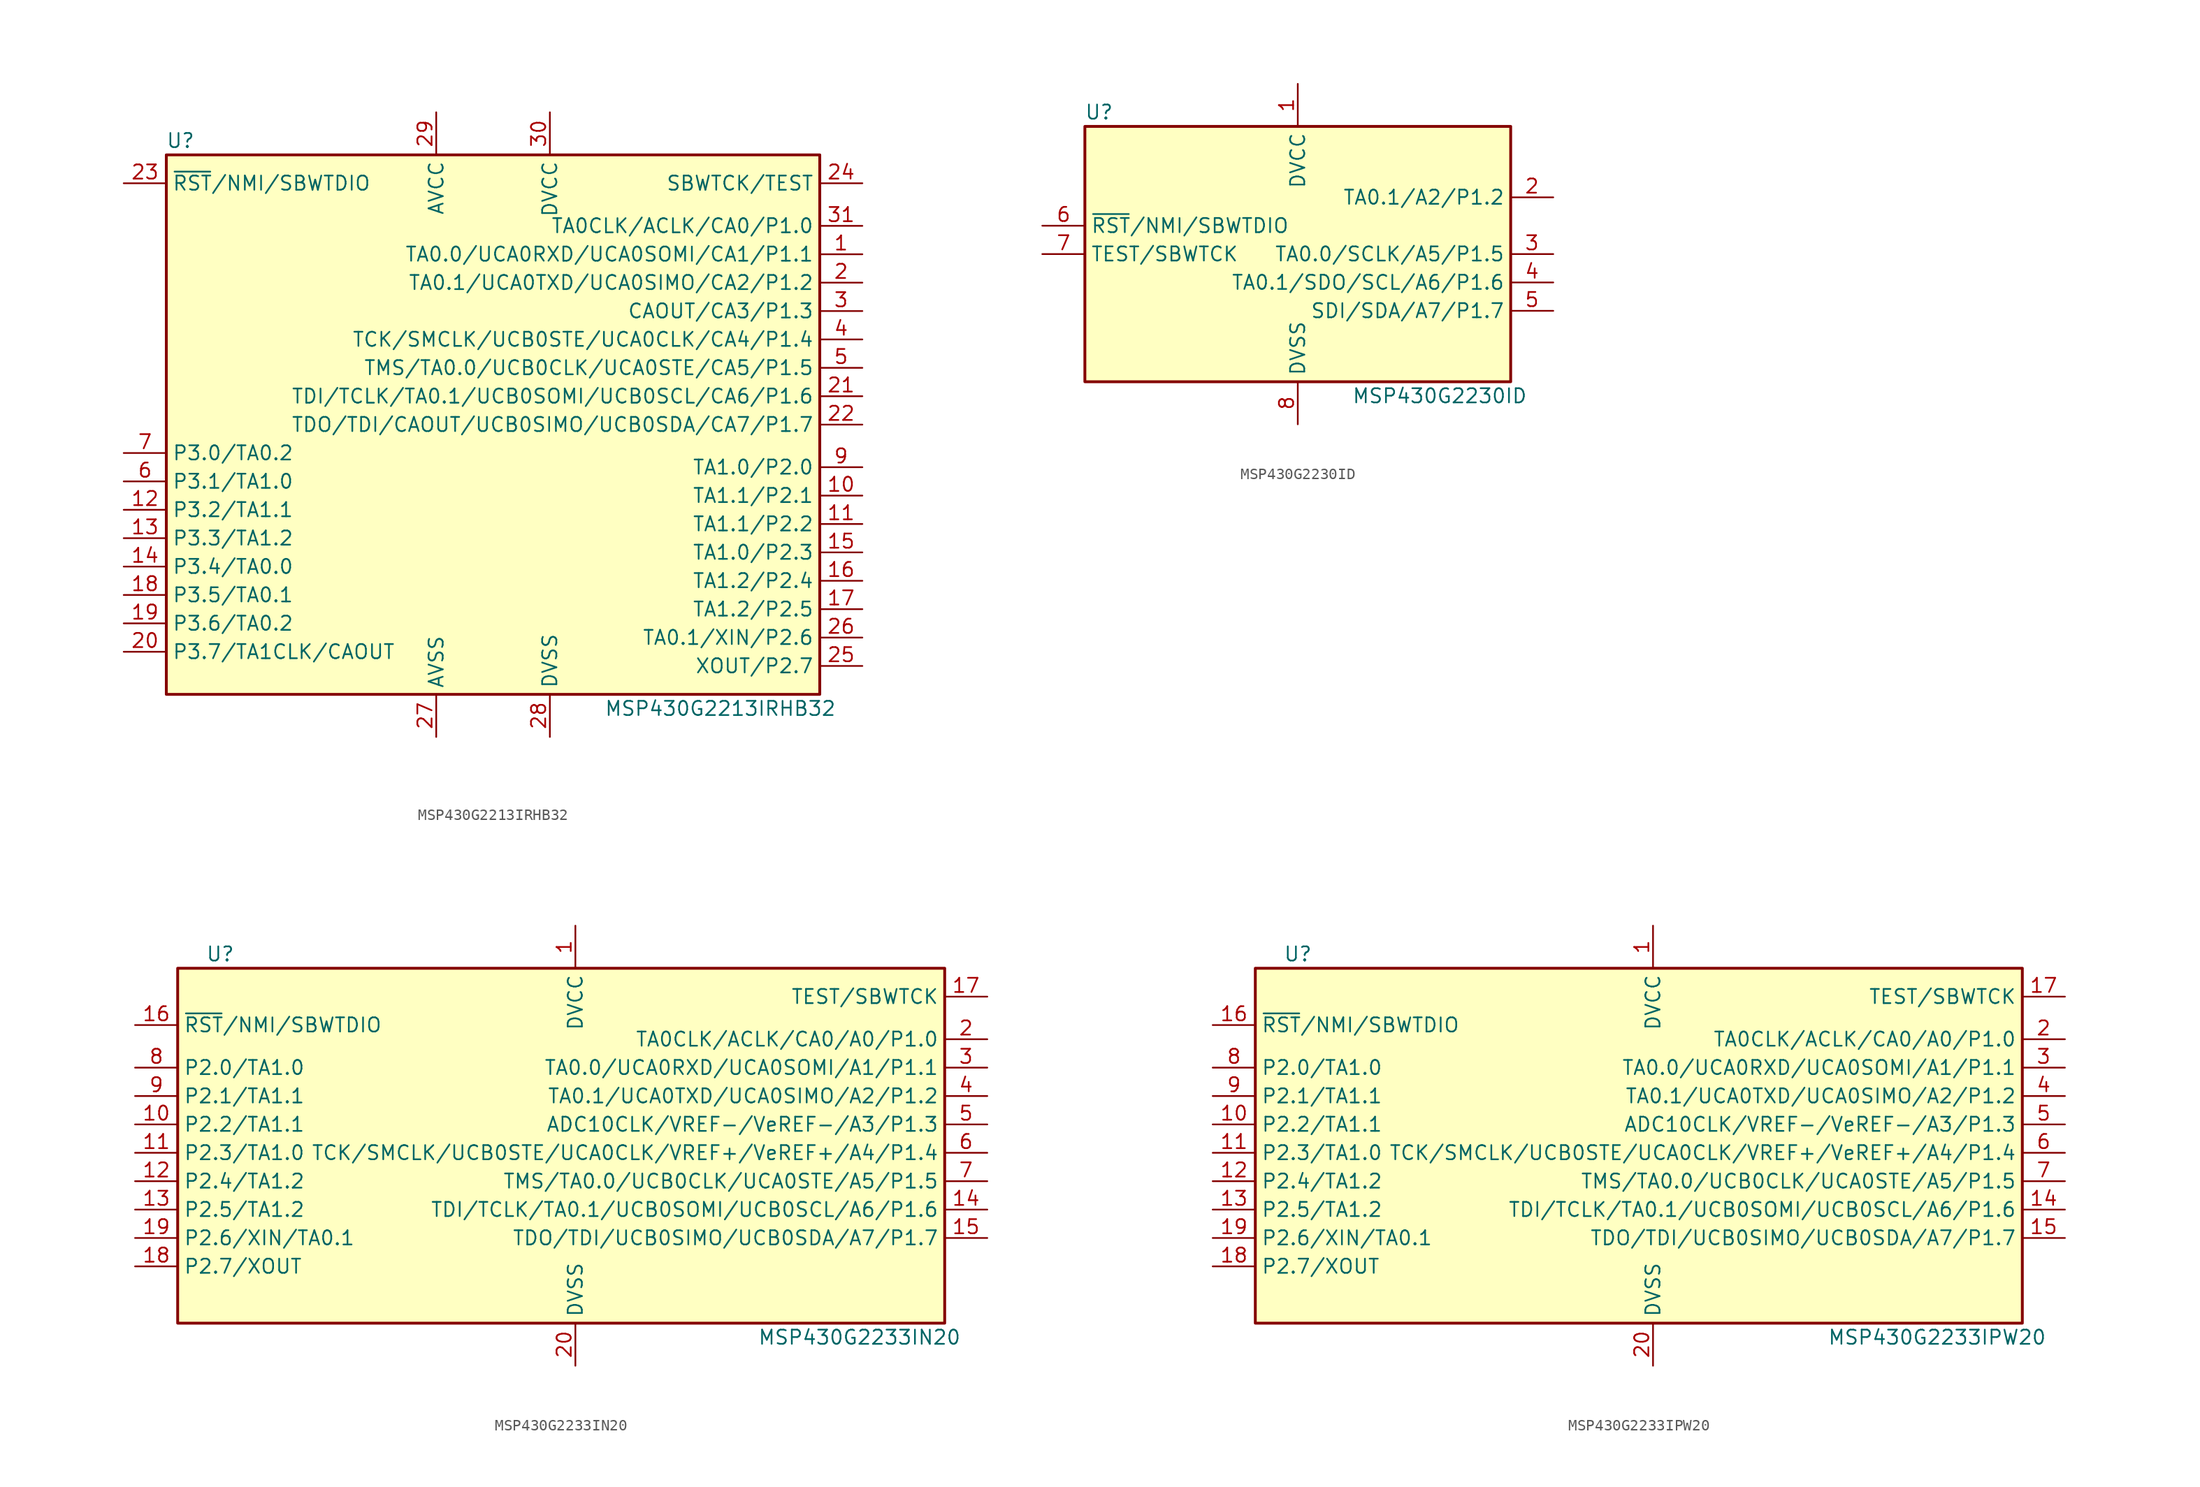
<source format=kicad_sym>
(kicad_symbol_lib
  (version 20201005)
  (generator kicad_symbol_editor)
  (symbol "MCU_Texas_MSP430:MSP430G2213IRHB32"
    (property "Reference" "U"
      (at -27.94 25.4 0)
      (effects (font (size 1.27 1.27))))
    (property "Value" "MSP430G2213IRHB32"
      (at 20.32 -25.4 0)
      (effects (font (size 1.27 1.27))))
    (symbol "MSP430G2213IRHB32_0_1"
      (rectangle (start -29.21 24.13) (end 29.21 -24.13) (stroke (width 0.254)) (fill (type background))))
    (symbol "MSP430G2213IRHB32_1_1"
      (pin bidirectional line (at 33.02 15.24 180) (length 3.81) (name "TA0.0/UCA0RXD/UCA0SOMI/CA1/P1.1" (effects (font (size 1.27 1.27)))) (number "1" (effects (font (size 1.27 1.27)))))
      (pin bidirectional line (at 33.02 -6.35 180) (length 3.81) (name "TA1.1/P2.1" (effects (font (size 1.27 1.27)))) (number "10" (effects (font (size 1.27 1.27)))))
      (pin bidirectional line (at 33.02 -8.89 180) (length 3.81) (name "TA1.1/P2.2" (effects (font (size 1.27 1.27)))) (number "11" (effects (font (size 1.27 1.27)))))
      (pin bidirectional line (at -33.02 -7.62 0) (length 3.81) (name "P3.2/TA1.1" (effects (font (size 1.27 1.27)))) (number "12" (effects (font (size 1.27 1.27)))))
      (pin bidirectional line (at -33.02 -10.16 0) (length 3.81) (name "P3.3/TA1.2" (effects (font (size 1.27 1.27)))) (number "13" (effects (font (size 1.27 1.27)))))
      (pin bidirectional line (at -33.02 -12.7 0) (length 3.81) (name "P3.4/TA0.0" (effects (font (size 1.27 1.27)))) (number "14" (effects (font (size 1.27 1.27)))))
      (pin bidirectional line (at 33.02 -11.43 180) (length 3.81) (name "TA1.0/P2.3" (effects (font (size 1.27 1.27)))) (number "15" (effects (font (size 1.27 1.27)))))
      (pin bidirectional line (at 33.02 -13.97 180) (length 3.81) (name "TA1.2/P2.4" (effects (font (size 1.27 1.27)))) (number "16" (effects (font (size 1.27 1.27)))))
      (pin bidirectional line (at 33.02 -16.51 180) (length 3.81) (name "TA1.2/P2.5" (effects (font (size 1.27 1.27)))) (number "17" (effects (font (size 1.27 1.27)))))
      (pin bidirectional line (at -33.02 -15.24 0) (length 3.81) (name "P3.5/TA0.1" (effects (font (size 1.27 1.27)))) (number "18" (effects (font (size 1.27 1.27)))))
      (pin bidirectional line (at -33.02 -17.78 0) (length 3.81) (name "P3.6/TA0.2" (effects (font (size 1.27 1.27)))) (number "19" (effects (font (size 1.27 1.27)))))
      (pin bidirectional line (at 33.02 12.7 180) (length 3.81) (name "TA0.1/UCA0TXD/UCA0SIMO/CA2/P1.2" (effects (font (size 1.27 1.27)))) (number "2" (effects (font (size 1.27 1.27)))))
      (pin bidirectional line (at -33.02 -20.32 0) (length 3.81) (name "P3.7/TA1CLK/CAOUT" (effects (font (size 1.27 1.27)))) (number "20" (effects (font (size 1.27 1.27)))))
      (pin bidirectional line (at 33.02 2.54 180) (length 3.81) (name "TDI/TCLK/TA0.1/UCB0SOMI/UCB0SCL/CA6/P1.6" (effects (font (size 1.27 1.27)))) (number "21" (effects (font (size 1.27 1.27)))))
      (pin bidirectional line (at 33.02 0 180) (length 3.81) (name "TDO/TDI/CAOUT/UCB0SIMO/UCB0SDA/CA7/P1.7" (effects (font (size 1.27 1.27)))) (number "22" (effects (font (size 1.27 1.27)))))
      (pin input line (at -33.02 21.59 0) (length 3.81) (name "~RST~/NMI/SBWTDIO" (effects (font (size 1.27 1.27)))) (number "23" (effects (font (size 1.27 1.27)))))
      (pin input line (at 33.02 21.59 180) (length 3.81) (name "SBWTCK/TEST" (effects (font (size 1.27 1.27)))) (number "24" (effects (font (size 1.27 1.27)))))
      (pin bidirectional line (at 33.02 -21.59 180) (length 3.81) (name "XOUT/P2.7" (effects (font (size 1.27 1.27)))) (number "25" (effects (font (size 1.27 1.27)))))
      (pin bidirectional line (at 33.02 -19.05 180) (length 3.81) (name "TA0.1/XIN/P2.6" (effects (font (size 1.27 1.27)))) (number "26" (effects (font (size 1.27 1.27)))))
      (pin power_in line (at -5.08 -27.94 90) (length 3.81) (name "AVSS" (effects (font (size 1.27 1.27)))) (number "27" (effects (font (size 1.27 1.27)))))
      (pin power_in line (at 5.08 -27.94 90) (length 3.81) (name "DVSS" (effects (font (size 1.27 1.27)))) (number "28" (effects (font (size 1.27 1.27)))))
      (pin power_in line (at -5.08 27.94 270) (length 3.81) (name "AVCC" (effects (font (size 1.27 1.27)))) (number "29" (effects (font (size 1.27 1.27)))))
      (pin bidirectional line (at 33.02 10.16 180) (length 3.81) (name "CAOUT/CA3/P1.3" (effects (font (size 1.27 1.27)))) (number "3" (effects (font (size 1.27 1.27)))))
      (pin power_in line (at 5.08 27.94 270) (length 3.81) (name "DVCC" (effects (font (size 1.27 1.27)))) (number "30" (effects (font (size 1.27 1.27)))))
      (pin bidirectional line (at 33.02 17.78 180) (length 3.81) (name "TA0CLK/ACLK/CA0/P1.0" (effects (font (size 1.27 1.27)))) (number "31" (effects (font (size 1.27 1.27)))))
      (pin bidirectional line (at 33.02 7.62 180) (length 3.81) (name "TCK/SMCLK/UCB0STE/UCA0CLK/CA4/P1.4" (effects (font (size 1.27 1.27)))) (number "4" (effects (font (size 1.27 1.27)))))
      (pin bidirectional line (at 33.02 5.08 180) (length 3.81) (name "TMS/TA0.0/UCB0CLK/UCA0STE/CA5/P1.5" (effects (font (size 1.27 1.27)))) (number "5" (effects (font (size 1.27 1.27)))))
      (pin bidirectional line (at -33.02 -5.08 0) (length 3.81) (name "P3.1/TA1.0" (effects (font (size 1.27 1.27)))) (number "6" (effects (font (size 1.27 1.27)))))
      (pin bidirectional line (at -33.02 -2.54 0) (length 3.81) (name "P3.0/TA0.2" (effects (font (size 1.27 1.27)))) (number "7" (effects (font (size 1.27 1.27)))))
      (pin bidirectional line (at 33.02 -3.81 180) (length 3.81) (name "TA1.0/P2.0" (effects (font (size 1.27 1.27)))) (number "9" (effects (font (size 1.27 1.27)))))))
  (symbol "MCU_Texas_MSP430:MSP430G2230ID"
    (property "Reference" "U"
      (at -17.78 12.7 0)
      (effects (font (size 1.27 1.27))))
    (property "Value" "MSP430G2230ID"
      (at 12.7 -12.7 0)
      (effects (font (size 1.27 1.27))))
    (symbol "MSP430G2230ID_0_1"
      (rectangle (start -19.05 11.43) (end 19.05 -11.43) (stroke (width 0.254)) (fill (type background))))
    (symbol "MSP430G2230ID_1_1"
      (pin power_in line (at 0 15.24 270) (length 3.81) (name "DVCC" (effects (font (size 1.27 1.27)))) (number "1" (effects (font (size 1.27 1.27)))))
      (pin bidirectional line (at 22.86 5.08 180) (length 3.81) (name "TA0.1/A2/P1.2" (effects (font (size 1.27 1.27)))) (number "2" (effects (font (size 1.27 1.27)))))
      (pin bidirectional line (at 22.86 0 180) (length 3.81) (name "TA0.0/SCLK/A5/P1.5" (effects (font (size 1.27 1.27)))) (number "3" (effects (font (size 1.27 1.27)))))
      (pin bidirectional line (at 22.86 -2.54 180) (length 3.81) (name "TA0.1/SDO/SCL/A6/P1.6" (effects (font (size 1.27 1.27)))) (number "4" (effects (font (size 1.27 1.27)))))
      (pin bidirectional line (at 22.86 -5.08 180) (length 3.81) (name "SDI/SDA/A7/P1.7" (effects (font (size 1.27 1.27)))) (number "5" (effects (font (size 1.27 1.27)))))
      (pin input line (at -22.86 2.54 0) (length 3.81) (name "~RST~/NMI/SBWTDIO" (effects (font (size 1.27 1.27)))) (number "6" (effects (font (size 1.27 1.27)))))
      (pin input line (at -22.86 0 0) (length 3.81) (name "TEST/SBWTCK" (effects (font (size 1.27 1.27)))) (number "7" (effects (font (size 1.27 1.27)))))
      (pin power_in line (at 0 -15.24 90) (length 3.81) (name "DVSS" (effects (font (size 1.27 1.27)))) (number "8" (effects (font (size 1.27 1.27)))))))
  (symbol "MCU_Texas_MSP430:MSP430G2233IN20"
    (property "Reference" "U"
      (at -30.48 17.78 0)
      (effects (font (size 1.27 1.27))))
    (property "Value" "MSP430G2233IN20"
      (at 26.67 -16.51 0)
      (effects (font (size 1.27 1.27))))
    (symbol "MSP430G2233IN20_0_1"
      (rectangle (start -34.29 16.51) (end 34.29 -15.24) (stroke (width 0.254)) (fill (type background))))
    (symbol "MSP430G2233IN20_1_1"
      (pin power_in line (at 1.27 20.32 270) (length 3.81) (name "DVCC" (effects (font (size 1.27 1.27)))) (number "1" (effects (font (size 1.27 1.27)))))
      (pin bidirectional line (at -38.1 2.54 0) (length 3.81) (name "P2.2/TA1.1" (effects (font (size 1.27 1.27)))) (number "10" (effects (font (size 1.27 1.27)))))
      (pin bidirectional line (at -38.1 0 0) (length 3.81) (name "P2.3/TA1.0" (effects (font (size 1.27 1.27)))) (number "11" (effects (font (size 1.27 1.27)))))
      (pin bidirectional line (at -38.1 -2.54 0) (length 3.81) (name "P2.4/TA1.2" (effects (font (size 1.27 1.27)))) (number "12" (effects (font (size 1.27 1.27)))))
      (pin bidirectional line (at -38.1 -5.08 0) (length 3.81) (name "P2.5/TA1.2" (effects (font (size 1.27 1.27)))) (number "13" (effects (font (size 1.27 1.27)))))
      (pin bidirectional line (at 38.1 -5.08 180) (length 3.81) (name "TDI/TCLK/TA0.1/UCB0SOMI/UCB0SCL/A6/P1.6" (effects (font (size 1.27 1.27)))) (number "14" (effects (font (size 1.27 1.27)))))
      (pin bidirectional line (at 38.1 -7.62 180) (length 3.81) (name "TDO/TDI/UCB0SIMO/UCB0SDA/A7/P1.7" (effects (font (size 1.27 1.27)))) (number "15" (effects (font (size 1.27 1.27)))))
      (pin input line (at -38.1 11.43 0) (length 3.81) (name "~RST~/NMI/SBWTDIO" (effects (font (size 1.27 1.27)))) (number "16" (effects (font (size 1.27 1.27)))))
      (pin input line (at 38.1 13.97 180) (length 3.81) (name "TEST/SBWTCK" (effects (font (size 1.27 1.27)))) (number "17" (effects (font (size 1.27 1.27)))))
      (pin bidirectional line (at -38.1 -10.16 0) (length 3.81) (name "P2.7/XOUT" (effects (font (size 1.27 1.27)))) (number "18" (effects (font (size 1.27 1.27)))))
      (pin bidirectional line (at -38.1 -7.62 0) (length 3.81) (name "P2.6/XIN/TA0.1" (effects (font (size 1.27 1.27)))) (number "19" (effects (font (size 1.27 1.27)))))
      (pin bidirectional line (at 38.1 10.16 180) (length 3.81) (name "TA0CLK/ACLK/CA0/A0/P1.0" (effects (font (size 1.27 1.27)))) (number "2" (effects (font (size 1.27 1.27)))))
      (pin power_in line (at 1.27 -19.05 90) (length 3.81) (name "DVSS" (effects (font (size 1.27 1.27)))) (number "20" (effects (font (size 1.27 1.27)))))
      (pin bidirectional line (at 38.1 7.62 180) (length 3.81) (name "TA0.0/UCA0RXD/UCA0SOMI/A1/P1.1" (effects (font (size 1.27 1.27)))) (number "3" (effects (font (size 1.27 1.27)))))
      (pin bidirectional line (at 38.1 5.08 180) (length 3.81) (name "TA0.1/UCA0TXD/UCA0SIMO/A2/P1.2" (effects (font (size 1.27 1.27)))) (number "4" (effects (font (size 1.27 1.27)))))
      (pin bidirectional line (at 38.1 2.54 180) (length 3.81) (name "ADC10CLK/VREF-/VeREF-/A3/P1.3" (effects (font (size 1.27 1.27)))) (number "5" (effects (font (size 1.27 1.27)))))
      (pin bidirectional line (at 38.1 0 180) (length 3.81) (name "TCK/SMCLK/UCB0STE/UCA0CLK/VREF+/VeREF+/A4/P1.4" (effects (font (size 1.27 1.27)))) (number "6" (effects (font (size 1.27 1.27)))))
      (pin bidirectional line (at 38.1 -2.54 180) (length 3.81) (name "TMS/TA0.0/UCB0CLK/UCA0STE/A5/P1.5" (effects (font (size 1.27 1.27)))) (number "7" (effects (font (size 1.27 1.27)))))
      (pin bidirectional line (at -38.1 7.62 0) (length 3.81) (name "P2.0/TA1.0" (effects (font (size 1.27 1.27)))) (number "8" (effects (font (size 1.27 1.27)))))
      (pin bidirectional line (at -38.1 5.08 0) (length 3.81) (name "P2.1/TA1.1" (effects (font (size 1.27 1.27)))) (number "9" (effects (font (size 1.27 1.27)))))))
  (symbol "MCU_Texas_MSP430:MSP430G2233IPW20"
    (property "Reference" "U"
      (at -30.48 17.78 0)
      (effects (font (size 1.27 1.27))))
    (property "Value" "MSP430G2233IPW20"
      (at 26.67 -16.51 0)
      (effects (font (size 1.27 1.27))))
    (symbol "MSP430G2233IPW20_0_1"
      (rectangle (start -34.29 16.51) (end 34.29 -15.24) (stroke (width 0.254)) (fill (type background))))
    (symbol "MSP430G2233IPW20_1_1"
      (pin power_in line (at 1.27 20.32 270) (length 3.81) (name "DVCC" (effects (font (size 1.27 1.27)))) (number "1" (effects (font (size 1.27 1.27)))))
      (pin bidirectional line (at -38.1 2.54 0) (length 3.81) (name "P2.2/TA1.1" (effects (font (size 1.27 1.27)))) (number "10" (effects (font (size 1.27 1.27)))))
      (pin bidirectional line (at -38.1 0 0) (length 3.81) (name "P2.3/TA1.0" (effects (font (size 1.27 1.27)))) (number "11" (effects (font (size 1.27 1.27)))))
      (pin bidirectional line (at -38.1 -2.54 0) (length 3.81) (name "P2.4/TA1.2" (effects (font (size 1.27 1.27)))) (number "12" (effects (font (size 1.27 1.27)))))
      (pin bidirectional line (at -38.1 -5.08 0) (length 3.81) (name "P2.5/TA1.2" (effects (font (size 1.27 1.27)))) (number "13" (effects (font (size 1.27 1.27)))))
      (pin bidirectional line (at 38.1 -5.08 180) (length 3.81) (name "TDI/TCLK/TA0.1/UCB0SOMI/UCB0SCL/A6/P1.6" (effects (font (size 1.27 1.27)))) (number "14" (effects (font (size 1.27 1.27)))))
      (pin bidirectional line (at 38.1 -7.62 180) (length 3.81) (name "TDO/TDI/UCB0SIMO/UCB0SDA/A7/P1.7" (effects (font (size 1.27 1.27)))) (number "15" (effects (font (size 1.27 1.27)))))
      (pin input line (at -38.1 11.43 0) (length 3.81) (name "~RST~/NMI/SBWTDIO" (effects (font (size 1.27 1.27)))) (number "16" (effects (font (size 1.27 1.27)))))
      (pin input line (at 38.1 13.97 180) (length 3.81) (name "TEST/SBWTCK" (effects (font (size 1.27 1.27)))) (number "17" (effects (font (size 1.27 1.27)))))
      (pin bidirectional line (at -38.1 -10.16 0) (length 3.81) (name "P2.7/XOUT" (effects (font (size 1.27 1.27)))) (number "18" (effects (font (size 1.27 1.27)))))
      (pin bidirectional line (at -38.1 -7.62 0) (length 3.81) (name "P2.6/XIN/TA0.1" (effects (font (size 1.27 1.27)))) (number "19" (effects (font (size 1.27 1.27)))))
      (pin bidirectional line (at 38.1 10.16 180) (length 3.81) (name "TA0CLK/ACLK/CA0/A0/P1.0" (effects (font (size 1.27 1.27)))) (number "2" (effects (font (size 1.27 1.27)))))
      (pin power_in line (at 1.27 -19.05 90) (length 3.81) (name "DVSS" (effects (font (size 1.27 1.27)))) (number "20" (effects (font (size 1.27 1.27)))))
      (pin bidirectional line (at 38.1 7.62 180) (length 3.81) (name "TA0.0/UCA0RXD/UCA0SOMI/A1/P1.1" (effects (font (size 1.27 1.27)))) (number "3" (effects (font (size 1.27 1.27)))))
      (pin bidirectional line (at 38.1 5.08 180) (length 3.81) (name "TA0.1/UCA0TXD/UCA0SIMO/A2/P1.2" (effects (font (size 1.27 1.27)))) (number "4" (effects (font (size 1.27 1.27)))))
      (pin bidirectional line (at 38.1 2.54 180) (length 3.81) (name "ADC10CLK/VREF-/VeREF-/A3/P1.3" (effects (font (size 1.27 1.27)))) (number "5" (effects (font (size 1.27 1.27)))))
      (pin bidirectional line (at 38.1 0 180) (length 3.81) (name "TCK/SMCLK/UCB0STE/UCA0CLK/VREF+/VeREF+/A4/P1.4" (effects (font (size 1.27 1.27)))) (number "6" (effects (font (size 1.27 1.27)))))
      (pin bidirectional line (at 38.1 -2.54 180) (length 3.81) (name "TMS/TA0.0/UCB0CLK/UCA0STE/A5/P1.5" (effects (font (size 1.27 1.27)))) (number "7" (effects (font (size 1.27 1.27)))))
      (pin bidirectional line (at -38.1 7.62 0) (length 3.81) (name "P2.0/TA1.0" (effects (font (size 1.27 1.27)))) (number "8" (effects (font (size 1.27 1.27)))))
      (pin bidirectional line (at -38.1 5.08 0) (length 3.81) (name "P2.1/TA1.1" (effects (font (size 1.27 1.27)))) (number "9" (effects (font (size 1.27 1.27))))))))
</source>
